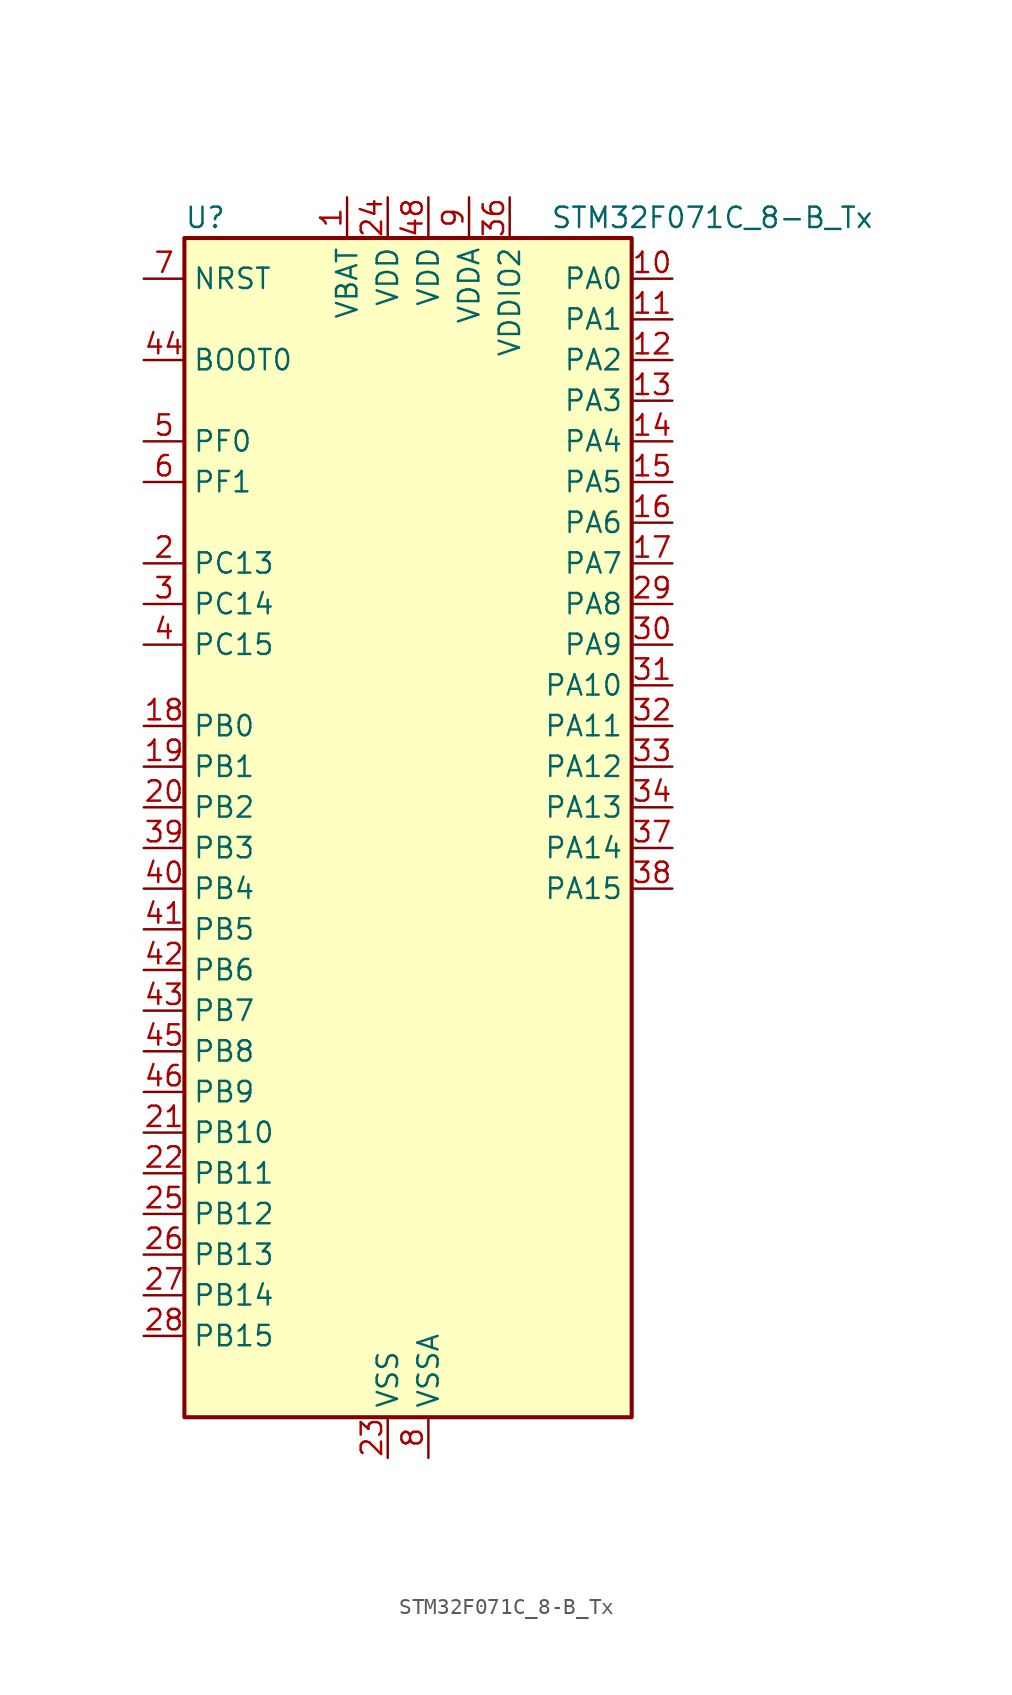
<source format=kicad_sym>
(kicad_symbol_lib
  (version 20231120)
  (generator "kicad_symbol_editor")
  (generator_version "8.0")
  (symbol "STM32F071C_8-B_Tx"
    (property "Reference" "U"
      (at -12.7 39.37 0)
      (effects (font (size 1.27 1.27)) (justify left)))
    (property "Value" "STM32F071C_8-B_Tx"
      (at 10.16 39.37 0)
      (effects (font (size 1.27 1.27)) (justify left)))
    (property "ki_locked" ""
      (at 0 0 0)
      (effects (font (size 1.27 1.27))))
    (symbol "STM32F071C_8-B_Tx_0_1"
      (rectangle (start -12.7 -35.56) (end 15.24 38.1) (stroke (width 0.254) (type default)) (fill (type background))))
    (symbol "STM32F071C_8-B_Tx_1_1"
      (pin power_in line (at -2.54 40.64 270) (length 2.54) (name "VBAT" (effects (font (size 1.27 1.27)))) (number "1" (effects (font (size 1.27 1.27)))))
      (pin bidirectional line (at 17.78 35.56 180) (length 2.54) (name "PA0" (effects (font (size 1.27 1.27)))) (number "10" (effects (font (size 1.27 1.27)))) (alternate "ADC_IN0" bidirectional line) (alternate "COMP1_INM" bidirectional line) (alternate "COMP1_OUT" bidirectional line) (alternate "RTC_TAMP2" bidirectional line) (alternate "SYS_WKUP1" bidirectional line) (alternate "TIM2_CH1" bidirectional line) (alternate "TIM2_ETR" bidirectional line) (alternate "TSC_G1_IO1" bidirectional line) (alternate "USART2_CTS" bidirectional line) (alternate "USART4_TX" bidirectional line))
      (pin bidirectional line (at 17.78 33.02 180) (length 2.54) (name "PA1" (effects (font (size 1.27 1.27)))) (number "11" (effects (font (size 1.27 1.27)))) (alternate "ADC_IN1" bidirectional line) (alternate "COMP1_INP" bidirectional line) (alternate "TIM15_CH1N" bidirectional line) (alternate "TIM2_CH2" bidirectional line) (alternate "TSC_G1_IO2" bidirectional line) (alternate "USART2_DE" bidirectional line) (alternate "USART2_RTS" bidirectional line) (alternate "USART4_RX" bidirectional line))
      (pin bidirectional line (at 17.78 30.48 180) (length 2.54) (name "PA2" (effects (font (size 1.27 1.27)))) (number "12" (effects (font (size 1.27 1.27)))) (alternate "ADC_IN2" bidirectional line) (alternate "COMP2_INM" bidirectional line) (alternate "COMP2_OUT" bidirectional line) (alternate "SYS_WKUP4" bidirectional line) (alternate "TIM15_CH1" bidirectional line) (alternate "TIM2_CH3" bidirectional line) (alternate "TSC_G1_IO3" bidirectional line) (alternate "USART2_TX" bidirectional line))
      (pin bidirectional line (at 17.78 27.94 180) (length 2.54) (name "PA3" (effects (font (size 1.27 1.27)))) (number "13" (effects (font (size 1.27 1.27)))) (alternate "ADC_IN3" bidirectional line) (alternate "COMP2_INP" bidirectional line) (alternate "TIM15_CH2" bidirectional line) (alternate "TIM2_CH4" bidirectional line) (alternate "TSC_G1_IO4" bidirectional line) (alternate "USART2_RX" bidirectional line))
      (pin bidirectional line (at 17.78 25.4 180) (length 2.54) (name "PA4" (effects (font (size 1.27 1.27)))) (number "14" (effects (font (size 1.27 1.27)))) (alternate "ADC_IN4" bidirectional line) (alternate "COMP1_INM" bidirectional line) (alternate "COMP2_INM" bidirectional line) (alternate "DAC_OUT1" bidirectional line) (alternate "I2S1_WS" bidirectional line) (alternate "SPI1_NSS" bidirectional line) (alternate "TIM14_CH1" bidirectional line) (alternate "TSC_G2_IO1" bidirectional line) (alternate "USART2_CK" bidirectional line))
      (pin bidirectional line (at 17.78 22.86 180) (length 2.54) (name "PA5" (effects (font (size 1.27 1.27)))) (number "15" (effects (font (size 1.27 1.27)))) (alternate "ADC_IN5" bidirectional line) (alternate "CEC" bidirectional line) (alternate "COMP1_INM" bidirectional line) (alternate "COMP2_INM" bidirectional line) (alternate "DAC_OUT2" bidirectional line) (alternate "I2S1_CK" bidirectional line) (alternate "SPI1_SCK" bidirectional line) (alternate "TIM2_CH1" bidirectional line) (alternate "TIM2_ETR" bidirectional line) (alternate "TSC_G2_IO2" bidirectional line))
      (pin bidirectional line (at 17.78 20.32 180) (length 2.54) (name "PA6" (effects (font (size 1.27 1.27)))) (number "16" (effects (font (size 1.27 1.27)))) (alternate "ADC_IN6" bidirectional line) (alternate "COMP1_OUT" bidirectional line) (alternate "I2S1_MCK" bidirectional line) (alternate "SPI1_MISO" bidirectional line) (alternate "TIM16_CH1" bidirectional line) (alternate "TIM1_BKIN" bidirectional line) (alternate "TIM3_CH1" bidirectional line) (alternate "TSC_G2_IO3" bidirectional line) (alternate "USART3_CTS" bidirectional line))
      (pin bidirectional line (at 17.78 17.78 180) (length 2.54) (name "PA7" (effects (font (size 1.27 1.27)))) (number "17" (effects (font (size 1.27 1.27)))) (alternate "ADC_IN7" bidirectional line) (alternate "COMP2_OUT" bidirectional line) (alternate "I2S1_SD" bidirectional line) (alternate "SPI1_MOSI" bidirectional line) (alternate "TIM14_CH1" bidirectional line) (alternate "TIM17_CH1" bidirectional line) (alternate "TIM1_CH1N" bidirectional line) (alternate "TIM3_CH2" bidirectional line) (alternate "TSC_G2_IO4" bidirectional line))
      (pin bidirectional line (at -15.24 7.62 0) (length 2.54) (name "PB0" (effects (font (size 1.27 1.27)))) (number "18" (effects (font (size 1.27 1.27)))) (alternate "ADC_IN8" bidirectional line) (alternate "TIM1_CH2N" bidirectional line) (alternate "TIM3_CH3" bidirectional line) (alternate "TSC_G3_IO2" bidirectional line) (alternate "USART3_CK" bidirectional line))
      (pin bidirectional line (at -15.24 5.08 0) (length 2.54) (name "PB1" (effects (font (size 1.27 1.27)))) (number "19" (effects (font (size 1.27 1.27)))) (alternate "ADC_IN9" bidirectional line) (alternate "TIM14_CH1" bidirectional line) (alternate "TIM1_CH3N" bidirectional line) (alternate "TIM3_CH4" bidirectional line) (alternate "TSC_G3_IO3" bidirectional line) (alternate "USART3_DE" bidirectional line) (alternate "USART3_RTS" bidirectional line))
      (pin bidirectional line (at -15.24 17.78 0) (length 2.54) (name "PC13" (effects (font (size 1.27 1.27)))) (number "2" (effects (font (size 1.27 1.27)))) (alternate "RTC_OUT_ALARM" bidirectional line) (alternate "RTC_OUT_CALIB" bidirectional line) (alternate "RTC_TAMP1" bidirectional line) (alternate "RTC_TS" bidirectional line) (alternate "SYS_WKUP2" bidirectional line))
      (pin bidirectional line (at -15.24 2.54 0) (length 2.54) (name "PB2" (effects (font (size 1.27 1.27)))) (number "20" (effects (font (size 1.27 1.27)))) (alternate "TSC_G3_IO4" bidirectional line))
      (pin bidirectional line (at -15.24 -17.78 0) (length 2.54) (name "PB10" (effects (font (size 1.27 1.27)))) (number "21" (effects (font (size 1.27 1.27)))) (alternate "CEC" bidirectional line) (alternate "I2C2_SCL" bidirectional line) (alternate "I2S2_CK" bidirectional line) (alternate "SPI2_SCK" bidirectional line) (alternate "TIM2_CH3" bidirectional line) (alternate "TSC_SYNC" bidirectional line) (alternate "USART3_TX" bidirectional line))
      (pin bidirectional line (at -15.24 -20.32 0) (length 2.54) (name "PB11" (effects (font (size 1.27 1.27)))) (number "22" (effects (font (size 1.27 1.27)))) (alternate "I2C2_SDA" bidirectional line) (alternate "TIM2_CH4" bidirectional line) (alternate "TSC_G6_IO1" bidirectional line) (alternate "USART3_RX" bidirectional line))
      (pin power_in line (at 0 -38.1 90) (length 2.54) (name "VSS" (effects (font (size 1.27 1.27)))) (number "23" (effects (font (size 1.27 1.27)))))
      (pin power_in line (at 0 40.64 270) (length 2.54) (name "VDD" (effects (font (size 1.27 1.27)))) (number "24" (effects (font (size 1.27 1.27)))))
      (pin bidirectional line (at -15.24 -22.86 0) (length 2.54) (name "PB12" (effects (font (size 1.27 1.27)))) (number "25" (effects (font (size 1.27 1.27)))) (alternate "I2S2_WS" bidirectional line) (alternate "SPI2_NSS" bidirectional line) (alternate "TIM15_BKIN" bidirectional line) (alternate "TIM1_BKIN" bidirectional line) (alternate "TSC_G6_IO2" bidirectional line) (alternate "USART3_CK" bidirectional line))
      (pin bidirectional line (at -15.24 -25.4 0) (length 2.54) (name "PB13" (effects (font (size 1.27 1.27)))) (number "26" (effects (font (size 1.27 1.27)))) (alternate "I2C2_SCL" bidirectional line) (alternate "I2S2_CK" bidirectional line) (alternate "SPI2_SCK" bidirectional line) (alternate "TIM1_CH1N" bidirectional line) (alternate "TSC_G6_IO3" bidirectional line) (alternate "USART3_CTS" bidirectional line))
      (pin bidirectional line (at -15.24 -27.94 0) (length 2.54) (name "PB14" (effects (font (size 1.27 1.27)))) (number "27" (effects (font (size 1.27 1.27)))) (alternate "I2C2_SDA" bidirectional line) (alternate "I2S2_MCK" bidirectional line) (alternate "SPI2_MISO" bidirectional line) (alternate "TIM15_CH1" bidirectional line) (alternate "TIM1_CH2N" bidirectional line) (alternate "TSC_G6_IO4" bidirectional line) (alternate "USART3_DE" bidirectional line) (alternate "USART3_RTS" bidirectional line))
      (pin bidirectional line (at -15.24 -30.48 0) (length 2.54) (name "PB15" (effects (font (size 1.27 1.27)))) (number "28" (effects (font (size 1.27 1.27)))) (alternate "I2S2_SD" bidirectional line) (alternate "RTC_REFIN" bidirectional line) (alternate "SPI2_MOSI" bidirectional line) (alternate "SYS_WKUP7" bidirectional line) (alternate "TIM15_CH1N" bidirectional line) (alternate "TIM15_CH2" bidirectional line) (alternate "TIM1_CH3N" bidirectional line))
      (pin bidirectional line (at 17.78 15.24 180) (length 2.54) (name "PA8" (effects (font (size 1.27 1.27)))) (number "29" (effects (font (size 1.27 1.27)))) (alternate "CRS_SYNC" bidirectional line) (alternate "RCC_MCO" bidirectional line) (alternate "TIM1_CH1" bidirectional line) (alternate "USART1_CK" bidirectional line))
      (pin bidirectional line (at -15.24 15.24 0) (length 2.54) (name "PC14" (effects (font (size 1.27 1.27)))) (number "3" (effects (font (size 1.27 1.27)))) (alternate "RCC_OSC32_IN" bidirectional line))
      (pin bidirectional line (at 17.78 12.7 180) (length 2.54) (name "PA9" (effects (font (size 1.27 1.27)))) (number "30" (effects (font (size 1.27 1.27)))) (alternate "DAC_EXTI9" bidirectional line) (alternate "TIM15_BKIN" bidirectional line) (alternate "TIM1_CH2" bidirectional line) (alternate "TSC_G4_IO1" bidirectional line) (alternate "USART1_TX" bidirectional line))
      (pin bidirectional line (at 17.78 10.16 180) (length 2.54) (name "PA10" (effects (font (size 1.27 1.27)))) (number "31" (effects (font (size 1.27 1.27)))) (alternate "TIM17_BKIN" bidirectional line) (alternate "TIM1_CH3" bidirectional line) (alternate "TSC_G4_IO2" bidirectional line) (alternate "USART1_RX" bidirectional line))
      (pin bidirectional line (at 17.78 7.62 180) (length 2.54) (name "PA11" (effects (font (size 1.27 1.27)))) (number "32" (effects (font (size 1.27 1.27)))) (alternate "COMP1_OUT" bidirectional line) (alternate "TIM1_CH4" bidirectional line) (alternate "TSC_G4_IO3" bidirectional line) (alternate "USART1_CTS" bidirectional line))
      (pin bidirectional line (at 17.78 5.08 180) (length 2.54) (name "PA12" (effects (font (size 1.27 1.27)))) (number "33" (effects (font (size 1.27 1.27)))) (alternate "COMP2_OUT" bidirectional line) (alternate "TIM1_ETR" bidirectional line) (alternate "TSC_G4_IO4" bidirectional line) (alternate "USART1_DE" bidirectional line) (alternate "USART1_RTS" bidirectional line))
      (pin bidirectional line (at 17.78 2.54 180) (length 2.54) (name "PA13" (effects (font (size 1.27 1.27)))) (number "34" (effects (font (size 1.27 1.27)))) (alternate "IR_OUT" bidirectional line) (alternate "SYS_SWDIO" bidirectional line))
      (pin passive line (at 0 -38.1 90) (length 2.54) hide (name "VSS" (effects (font (size 1.27 1.27)))) (number "35" (effects (font (size 1.27 1.27)))))
      (pin power_in line (at 7.62 40.64 270) (length 2.54) (name "VDDIO2" (effects (font (size 1.27 1.27)))) (number "36" (effects (font (size 1.27 1.27)))))
      (pin bidirectional line (at 17.78 0 180) (length 2.54) (name "PA14" (effects (font (size 1.27 1.27)))) (number "37" (effects (font (size 1.27 1.27)))) (alternate "SYS_SWCLK" bidirectional line) (alternate "USART2_TX" bidirectional line))
      (pin bidirectional line (at 17.78 -2.54 180) (length 2.54) (name "PA15" (effects (font (size 1.27 1.27)))) (number "38" (effects (font (size 1.27 1.27)))) (alternate "I2S1_WS" bidirectional line) (alternate "SPI1_NSS" bidirectional line) (alternate "TIM2_CH1" bidirectional line) (alternate "TIM2_ETR" bidirectional line) (alternate "USART2_RX" bidirectional line) (alternate "USART4_DE" bidirectional line) (alternate "USART4_RTS" bidirectional line))
      (pin bidirectional line (at -15.24 0 0) (length 2.54) (name "PB3" (effects (font (size 1.27 1.27)))) (number "39" (effects (font (size 1.27 1.27)))) (alternate "I2S1_CK" bidirectional line) (alternate "SPI1_SCK" bidirectional line) (alternate "TIM2_CH2" bidirectional line) (alternate "TSC_G5_IO1" bidirectional line))
      (pin bidirectional line (at -15.24 12.7 0) (length 2.54) (name "PC15" (effects (font (size 1.27 1.27)))) (number "4" (effects (font (size 1.27 1.27)))) (alternate "RCC_OSC32_OUT" bidirectional line))
      (pin bidirectional line (at -15.24 -2.54 0) (length 2.54) (name "PB4" (effects (font (size 1.27 1.27)))) (number "40" (effects (font (size 1.27 1.27)))) (alternate "I2S1_MCK" bidirectional line) (alternate "SPI1_MISO" bidirectional line) (alternate "TIM17_BKIN" bidirectional line) (alternate "TIM3_CH1" bidirectional line) (alternate "TSC_G5_IO2" bidirectional line))
      (pin bidirectional line (at -15.24 -5.08 0) (length 2.54) (name "PB5" (effects (font (size 1.27 1.27)))) (number "41" (effects (font (size 1.27 1.27)))) (alternate "I2C1_SMBA" bidirectional line) (alternate "I2S1_SD" bidirectional line) (alternate "SPI1_MOSI" bidirectional line) (alternate "SYS_WKUP6" bidirectional line) (alternate "TIM16_BKIN" bidirectional line) (alternate "TIM3_CH2" bidirectional line))
      (pin bidirectional line (at -15.24 -7.62 0) (length 2.54) (name "PB6" (effects (font (size 1.27 1.27)))) (number "42" (effects (font (size 1.27 1.27)))) (alternate "I2C1_SCL" bidirectional line) (alternate "TIM16_CH1N" bidirectional line) (alternate "TSC_G5_IO3" bidirectional line) (alternate "USART1_TX" bidirectional line))
      (pin bidirectional line (at -15.24 -10.16 0) (length 2.54) (name "PB7" (effects (font (size 1.27 1.27)))) (number "43" (effects (font (size 1.27 1.27)))) (alternate "I2C1_SDA" bidirectional line) (alternate "TIM17_CH1N" bidirectional line) (alternate "TSC_G5_IO4" bidirectional line) (alternate "USART1_RX" bidirectional line) (alternate "USART4_CTS" bidirectional line))
      (pin input line (at -15.24 30.48 0) (length 2.54) (name "BOOT0" (effects (font (size 1.27 1.27)))) (number "44" (effects (font (size 1.27 1.27)))))
      (pin bidirectional line (at -15.24 -12.7 0) (length 2.54) (name "PB8" (effects (font (size 1.27 1.27)))) (number "45" (effects (font (size 1.27 1.27)))) (alternate "CEC" bidirectional line) (alternate "I2C1_SCL" bidirectional line) (alternate "TIM16_CH1" bidirectional line) (alternate "TSC_SYNC" bidirectional line))
      (pin bidirectional line (at -15.24 -15.24 0) (length 2.54) (name "PB9" (effects (font (size 1.27 1.27)))) (number "46" (effects (font (size 1.27 1.27)))) (alternate "DAC_EXTI9" bidirectional line) (alternate "I2C1_SDA" bidirectional line) (alternate "I2S2_WS" bidirectional line) (alternate "IR_OUT" bidirectional line) (alternate "SPI2_NSS" bidirectional line) (alternate "TIM17_CH1" bidirectional line))
      (pin passive line (at 0 -38.1 90) (length 2.54) hide (name "VSS" (effects (font (size 1.27 1.27)))) (number "47" (effects (font (size 1.27 1.27)))))
      (pin power_in line (at 2.54 40.64 270) (length 2.54) (name "VDD" (effects (font (size 1.27 1.27)))) (number "48" (effects (font (size 1.27 1.27)))))
      (pin bidirectional line (at -15.24 25.4 0) (length 2.54) (name "PF0" (effects (font (size 1.27 1.27)))) (number "5" (effects (font (size 1.27 1.27)))) (alternate "CRS_SYNC" bidirectional line) (alternate "RCC_OSC_IN" bidirectional line))
      (pin bidirectional line (at -15.24 22.86 0) (length 2.54) (name "PF1" (effects (font (size 1.27 1.27)))) (number "6" (effects (font (size 1.27 1.27)))) (alternate "RCC_OSC_OUT" bidirectional line))
      (pin input line (at -15.24 35.56 0) (length 2.54) (name "NRST" (effects (font (size 1.27 1.27)))) (number "7" (effects (font (size 1.27 1.27)))))
      (pin power_in line (at 2.54 -38.1 90) (length 2.54) (name "VSSA" (effects (font (size 1.27 1.27)))) (number "8" (effects (font (size 1.27 1.27)))))
      (pin power_in line (at 5.08 40.64 270) (length 2.54) (name "VDDA" (effects (font (size 1.27 1.27)))) (number "9" (effects (font (size 1.27 1.27))))))))
</source>
